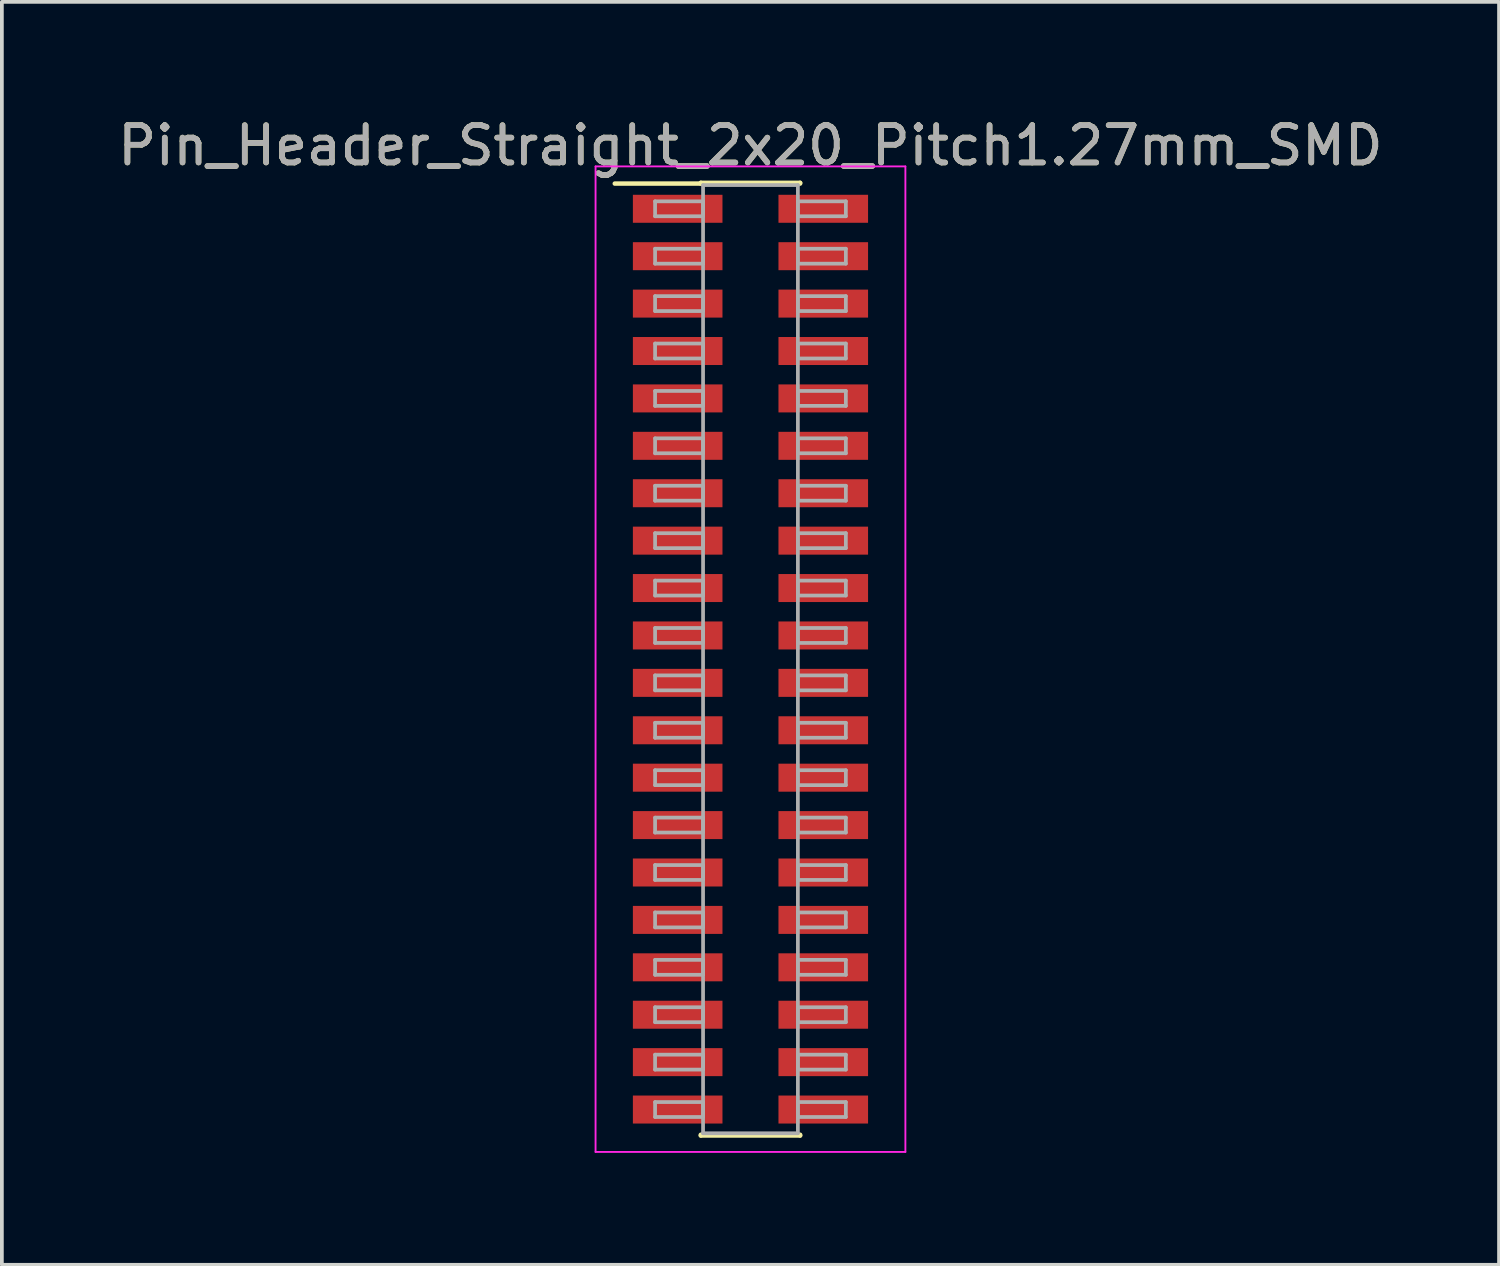
<source format=kicad_pcb>
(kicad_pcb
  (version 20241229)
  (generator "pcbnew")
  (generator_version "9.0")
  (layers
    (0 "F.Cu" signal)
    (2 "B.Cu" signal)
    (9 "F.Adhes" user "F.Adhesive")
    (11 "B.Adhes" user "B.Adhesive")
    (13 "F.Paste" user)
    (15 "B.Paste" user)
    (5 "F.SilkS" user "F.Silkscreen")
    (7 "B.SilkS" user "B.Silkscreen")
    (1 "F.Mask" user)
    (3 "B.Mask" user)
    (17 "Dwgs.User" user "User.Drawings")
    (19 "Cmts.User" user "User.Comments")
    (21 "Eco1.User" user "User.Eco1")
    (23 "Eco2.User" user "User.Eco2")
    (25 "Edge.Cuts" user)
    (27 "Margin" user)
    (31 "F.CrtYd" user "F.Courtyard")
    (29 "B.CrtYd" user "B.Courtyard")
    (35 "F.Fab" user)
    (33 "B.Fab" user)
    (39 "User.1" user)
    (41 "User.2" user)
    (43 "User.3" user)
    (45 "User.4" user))
  (footprint "Pin_Header_Straight_2x20_Pitch1.27mm_SMD"
    (layer "F.Cu")
    (at 17.054 14.608)
    (property "Reference" "Pin_Header_Straight_2x20_Pitch1.27mm_SMD" (at 0 -13.76 0) (layer "F.SilkS") (effects (font (size 1 1) (thickness 0.15))))
    (attr smd)
    (fp_line (start -3.635 -12.74) (end -1.33 -12.74) (stroke (width 0.12) (type solid)) (layer "F.SilkS"))
    (fp_line (start -1.33 -12.76) (end 1.33 -12.76) (stroke (width 0.12) (type solid)) (layer "F.SilkS"))
    (fp_line (start -1.33 -12.74) (end -1.33 -12.76) (stroke (width 0.12) (type solid)) (layer "F.SilkS"))
    (fp_line (start -1.33 12.74) (end -1.33 12.76) (stroke (width 0.12) (type solid)) (layer "F.SilkS"))
    (fp_line (start -1.33 12.76) (end 1.33 12.76) (stroke (width 0.12) (type solid)) (layer "F.SilkS"))
    (fp_line (start 1.33 -12.76) (end 1.33 -12.74) (stroke (width 0.12) (type solid)) (layer "F.SilkS"))
    (fp_line (start 1.33 12.76) (end 1.33 12.74) (stroke (width 0.12) (type solid)) (layer "F.SilkS"))
    (fp_line (start -4.15 -13.2) (end -4.15 13.2) (stroke (width 0.05) (type solid)) (layer "F.CrtYd"))
    (fp_line (start -4.15 13.2) (end 4.15 13.2) (stroke (width 0.05) (type solid)) (layer "F.CrtYd"))
    (fp_line (start 4.15 -13.2) (end -4.15 -13.2) (stroke (width 0.05) (type solid)) (layer "F.CrtYd"))
    (fp_line (start 4.15 13.2) (end 4.15 -13.2) (stroke (width 0.05) (type solid)) (layer "F.CrtYd"))
    (fp_line (start -2.555 -12.265) (end -1.27 -12.265) (stroke (width 0.1) (type solid)) (layer "F.Fab"))
    (fp_line (start -2.555 -11.865) (end -2.555 -12.265) (stroke (width 0.1) (type solid)) (layer "F.Fab"))
    (fp_line (start -2.555 -10.995) (end -1.27 -10.995) (stroke (width 0.1) (type solid)) (layer "F.Fab"))
    (fp_line (start -2.555 -10.595) (end -2.555 -10.995) (stroke (width 0.1) (type solid)) (layer "F.Fab"))
    (fp_line (start -2.555 -9.725) (end -1.27 -9.725) (stroke (width 0.1) (type solid)) (layer "F.Fab"))
    (fp_line (start -2.555 -9.325) (end -2.555 -9.725) (stroke (width 0.1) (type solid)) (layer "F.Fab"))
    (fp_line (start -2.555 -8.455) (end -1.27 -8.455) (stroke (width 0.1) (type solid)) (layer "F.Fab"))
    (fp_line (start -2.555 -8.055) (end -2.555 -8.455) (stroke (width 0.1) (type solid)) (layer "F.Fab"))
    (fp_line (start -2.555 -7.185) (end -1.27 -7.185) (stroke (width 0.1) (type solid)) (layer "F.Fab"))
    (fp_line (start -2.555 -6.785) (end -2.555 -7.185) (stroke (width 0.1) (type solid)) (layer "F.Fab"))
    (fp_line (start -2.555 -5.915) (end -1.27 -5.915) (stroke (width 0.1) (type solid)) (layer "F.Fab"))
    (fp_line (start -2.555 -5.515) (end -2.555 -5.915) (stroke (width 0.1) (type solid)) (layer "F.Fab"))
    (fp_line (start -2.555 -4.645) (end -1.27 -4.645) (stroke (width 0.1) (type solid)) (layer "F.Fab"))
    (fp_line (start -2.555 -4.245) (end -2.555 -4.645) (stroke (width 0.1) (type solid)) (layer "F.Fab"))
    (fp_line (start -2.555 -3.375) (end -1.27 -3.375) (stroke (width 0.1) (type solid)) (layer "F.Fab"))
    (fp_line (start -2.555 -2.975) (end -2.555 -3.375) (stroke (width 0.1) (type solid)) (layer "F.Fab"))
    (fp_line (start -2.555 -2.105) (end -1.27 -2.105) (stroke (width 0.1) (type solid)) (layer "F.Fab"))
    (fp_line (start -2.555 -1.705) (end -2.555 -2.105) (stroke (width 0.1) (type solid)) (layer "F.Fab"))
    (fp_line (start -2.555 -0.835) (end -1.27 -0.835) (stroke (width 0.1) (type solid)) (layer "F.Fab"))
    (fp_line (start -2.555 -0.435) (end -2.555 -0.835) (stroke (width 0.1) (type solid)) (layer "F.Fab"))
    (fp_line (start -2.555 0.435) (end -1.27 0.435) (stroke (width 0.1) (type solid)) (layer "F.Fab"))
    (fp_line (start -2.555 0.835) (end -2.555 0.435) (stroke (width 0.1) (type solid)) (layer "F.Fab"))
    (fp_line (start -2.555 1.705) (end -1.27 1.705) (stroke (width 0.1) (type solid)) (layer "F.Fab"))
    (fp_line (start -2.555 2.105) (end -2.555 1.705) (stroke (width 0.1) (type solid)) (layer "F.Fab"))
    (fp_line (start -2.555 2.975) (end -1.27 2.975) (stroke (width 0.1) (type solid)) (layer "F.Fab"))
    (fp_line (start -2.555 3.375) (end -2.555 2.975) (stroke (width 0.1) (type solid)) (layer "F.Fab"))
    (fp_line (start -2.555 4.245) (end -1.27 4.245) (stroke (width 0.1) (type solid)) (layer "F.Fab"))
    (fp_line (start -2.555 4.645) (end -2.555 4.245) (stroke (width 0.1) (type solid)) (layer "F.Fab"))
    (fp_line (start -2.555 5.515) (end -1.27 5.515) (stroke (width 0.1) (type solid)) (layer "F.Fab"))
    (fp_line (start -2.555 5.915) (end -2.555 5.515) (stroke (width 0.1) (type solid)) (layer "F.Fab"))
    (fp_line (start -2.555 6.785) (end -1.27 6.785) (stroke (width 0.1) (type solid)) (layer "F.Fab"))
    (fp_line (start -2.555 7.185) (end -2.555 6.785) (stroke (width 0.1) (type solid)) (layer "F.Fab"))
    (fp_line (start -2.555 8.055) (end -1.27 8.055) (stroke (width 0.1) (type solid)) (layer "F.Fab"))
    (fp_line (start -2.555 8.455) (end -2.555 8.055) (stroke (width 0.1) (type solid)) (layer "F.Fab"))
    (fp_line (start -2.555 9.325) (end -1.27 9.325) (stroke (width 0.1) (type solid)) (layer "F.Fab"))
    (fp_line (start -2.555 9.725) (end -2.555 9.325) (stroke (width 0.1) (type solid)) (layer "F.Fab"))
    (fp_line (start -2.555 10.595) (end -1.27 10.595) (stroke (width 0.1) (type solid)) (layer "F.Fab"))
    (fp_line (start -2.555 10.995) (end -2.555 10.595) (stroke (width 0.1) (type solid)) (layer "F.Fab"))
    (fp_line (start -2.555 11.865) (end -1.27 11.865) (stroke (width 0.1) (type solid)) (layer "F.Fab"))
    (fp_line (start -2.555 12.265) (end -2.555 11.865) (stroke (width 0.1) (type solid)) (layer "F.Fab"))
    (fp_line (start -1.27 -12.7) (end -1.27 12.7) (stroke (width 0.1) (type solid)) (layer "F.Fab"))
    (fp_line (start -1.27 -12.265) (end -1.27 -11.865) (stroke (width 0.1) (type solid)) (layer "F.Fab"))
    (fp_line (start -1.27 -11.865) (end -2.555 -11.865) (stroke (width 0.1) (type solid)) (layer "F.Fab"))
    (fp_line (start -1.27 -10.995) (end -1.27 -10.595) (stroke (width 0.1) (type solid)) (layer "F.Fab"))
    (fp_line (start -1.27 -10.595) (end -2.555 -10.595) (stroke (width 0.1) (type solid)) (layer "F.Fab"))
    (fp_line (start -1.27 -9.725) (end -1.27 -9.325) (stroke (width 0.1) (type solid)) (layer "F.Fab"))
    (fp_line (start -1.27 -9.325) (end -2.555 -9.325) (stroke (width 0.1) (type solid)) (layer "F.Fab"))
    (fp_line (start -1.27 -8.455) (end -1.27 -8.055) (stroke (width 0.1) (type solid)) (layer "F.Fab"))
    (fp_line (start -1.27 -8.055) (end -2.555 -8.055) (stroke (width 0.1) (type solid)) (layer "F.Fab"))
    (fp_line (start -1.27 -7.185) (end -1.27 -6.785) (stroke (width 0.1) (type solid)) (layer "F.Fab"))
    (fp_line (start -1.27 -6.785) (end -2.555 -6.785) (stroke (width 0.1) (type solid)) (layer "F.Fab"))
    (fp_line (start -1.27 -5.915) (end -1.27 -5.515) (stroke (width 0.1) (type solid)) (layer "F.Fab"))
    (fp_line (start -1.27 -5.515) (end -2.555 -5.515) (stroke (width 0.1) (type solid)) (layer "F.Fab"))
    (fp_line (start -1.27 -4.645) (end -1.27 -4.245) (stroke (width 0.1) (type solid)) (layer "F.Fab"))
    (fp_line (start -1.27 -4.245) (end -2.555 -4.245) (stroke (width 0.1) (type solid)) (layer "F.Fab"))
    (fp_line (start -1.27 -3.375) (end -1.27 -2.975) (stroke (width 0.1) (type solid)) (layer "F.Fab"))
    (fp_line (start -1.27 -2.975) (end -2.555 -2.975) (stroke (width 0.1) (type solid)) (layer "F.Fab"))
    (fp_line (start -1.27 -2.105) (end -1.27 -1.705) (stroke (width 0.1) (type solid)) (layer "F.Fab"))
    (fp_line (start -1.27 -1.705) (end -2.555 -1.705) (stroke (width 0.1) (type solid)) (layer "F.Fab"))
    (fp_line (start -1.27 -0.835) (end -1.27 -0.435) (stroke (width 0.1) (type solid)) (layer "F.Fab"))
    (fp_line (start -1.27 -0.435) (end -2.555 -0.435) (stroke (width 0.1) (type solid)) (layer "F.Fab"))
    (fp_line (start -1.27 0.435) (end -1.27 0.835) (stroke (width 0.1) (type solid)) (layer "F.Fab"))
    (fp_line (start -1.27 0.835) (end -2.555 0.835) (stroke (width 0.1) (type solid)) (layer "F.Fab"))
    (fp_line (start -1.27 1.705) (end -1.27 2.105) (stroke (width 0.1) (type solid)) (layer "F.Fab"))
    (fp_line (start -1.27 2.105) (end -2.555 2.105) (stroke (width 0.1) (type solid)) (layer "F.Fab"))
    (fp_line (start -1.27 2.975) (end -1.27 3.375) (stroke (width 0.1) (type solid)) (layer "F.Fab"))
    (fp_line (start -1.27 3.375) (end -2.555 3.375) (stroke (width 0.1) (type solid)) (layer "F.Fab"))
    (fp_line (start -1.27 4.245) (end -1.27 4.645) (stroke (width 0.1) (type solid)) (layer "F.Fab"))
    (fp_line (start -1.27 4.645) (end -2.555 4.645) (stroke (width 0.1) (type solid)) (layer "F.Fab"))
    (fp_line (start -1.27 5.515) (end -1.27 5.915) (stroke (width 0.1) (type solid)) (layer "F.Fab"))
    (fp_line (start -1.27 5.915) (end -2.555 5.915) (stroke (width 0.1) (type solid)) (layer "F.Fab"))
    (fp_line (start -1.27 6.785) (end -1.27 7.185) (stroke (width 0.1) (type solid)) (layer "F.Fab"))
    (fp_line (start -1.27 7.185) (end -2.555 7.185) (stroke (width 0.1) (type solid)) (layer "F.Fab"))
    (fp_line (start -1.27 8.055) (end -1.27 8.455) (stroke (width 0.1) (type solid)) (layer "F.Fab"))
    (fp_line (start -1.27 8.455) (end -2.555 8.455) (stroke (width 0.1) (type solid)) (layer "F.Fab"))
    (fp_line (start -1.27 9.325) (end -1.27 9.725) (stroke (width 0.1) (type solid)) (layer "F.Fab"))
    (fp_line (start -1.27 9.725) (end -2.555 9.725) (stroke (width 0.1) (type solid)) (layer "F.Fab"))
    (fp_line (start -1.27 10.595) (end -1.27 10.995) (stroke (width 0.1) (type solid)) (layer "F.Fab"))
    (fp_line (start -1.27 10.995) (end -2.555 10.995) (stroke (width 0.1) (type solid)) (layer "F.Fab"))
    (fp_line (start -1.27 11.865) (end -1.27 12.265) (stroke (width 0.1) (type solid)) (layer "F.Fab"))
    (fp_line (start -1.27 12.265) (end -2.555 12.265) (stroke (width 0.1) (type solid)) (layer "F.Fab"))
    (fp_line (start -1.27 12.7) (end 1.27 12.7) (stroke (width 0.1) (type solid)) (layer "F.Fab"))
    (fp_line (start 1.27 -12.7) (end -1.27 -12.7) (stroke (width 0.1) (type solid)) (layer "F.Fab"))
    (fp_line (start 1.27 -12.265) (end 1.27 -11.865) (stroke (width 0.1) (type solid)) (layer "F.Fab"))
    (fp_line (start 1.27 -11.865) (end 2.555 -11.865) (stroke (width 0.1) (type solid)) (layer "F.Fab"))
    (fp_line (start 1.27 -10.995) (end 1.27 -10.595) (stroke (width 0.1) (type solid)) (layer "F.Fab"))
    (fp_line (start 1.27 -10.595) (end 2.555 -10.595) (stroke (width 0.1) (type solid)) (layer "F.Fab"))
    (fp_line (start 1.27 -9.725) (end 1.27 -9.325) (stroke (width 0.1) (type solid)) (layer "F.Fab"))
    (fp_line (start 1.27 -9.325) (end 2.555 -9.325) (stroke (width 0.1) (type solid)) (layer "F.Fab"))
    (fp_line (start 1.27 -8.455) (end 1.27 -8.055) (stroke (width 0.1) (type solid)) (layer "F.Fab"))
    (fp_line (start 1.27 -8.055) (end 2.555 -8.055) (stroke (width 0.1) (type solid)) (layer "F.Fab"))
    (fp_line (start 1.27 -7.185) (end 1.27 -6.785) (stroke (width 0.1) (type solid)) (layer "F.Fab"))
    (fp_line (start 1.27 -6.785) (end 2.555 -6.785) (stroke (width 0.1) (type solid)) (layer "F.Fab"))
    (fp_line (start 1.27 -5.915) (end 1.27 -5.515) (stroke (width 0.1) (type solid)) (layer "F.Fab"))
    (fp_line (start 1.27 -5.515) (end 2.555 -5.515) (stroke (width 0.1) (type solid)) (layer "F.Fab"))
    (fp_line (start 1.27 -4.645) (end 1.27 -4.245) (stroke (width 0.1) (type solid)) (layer "F.Fab"))
    (fp_line (start 1.27 -4.245) (end 2.555 -4.245) (stroke (width 0.1) (type solid)) (layer "F.Fab"))
    (fp_line (start 1.27 -3.375) (end 1.27 -2.975) (stroke (width 0.1) (type solid)) (layer "F.Fab"))
    (fp_line (start 1.27 -2.975) (end 2.555 -2.975) (stroke (width 0.1) (type solid)) (layer "F.Fab"))
    (fp_line (start 1.27 -2.105) (end 1.27 -1.705) (stroke (width 0.1) (type solid)) (layer "F.Fab"))
    (fp_line (start 1.27 -1.705) (end 2.555 -1.705) (stroke (width 0.1) (type solid)) (layer "F.Fab"))
    (fp_line (start 1.27 -0.835) (end 1.27 -0.435) (stroke (width 0.1) (type solid)) (layer "F.Fab"))
    (fp_line (start 1.27 -0.435) (end 2.555 -0.435) (stroke (width 0.1) (type solid)) (layer "F.Fab"))
    (fp_line (start 1.27 0.435) (end 1.27 0.835) (stroke (width 0.1) (type solid)) (layer "F.Fab"))
    (fp_line (start 1.27 0.835) (end 2.555 0.835) (stroke (width 0.1) (type solid)) (layer "F.Fab"))
    (fp_line (start 1.27 1.705) (end 1.27 2.105) (stroke (width 0.1) (type solid)) (layer "F.Fab"))
    (fp_line (start 1.27 2.105) (end 2.555 2.105) (stroke (width 0.1) (type solid)) (layer "F.Fab"))
    (fp_line (start 1.27 2.975) (end 1.27 3.375) (stroke (width 0.1) (type solid)) (layer "F.Fab"))
    (fp_line (start 1.27 3.375) (end 2.555 3.375) (stroke (width 0.1) (type solid)) (layer "F.Fab"))
    (fp_line (start 1.27 4.245) (end 1.27 4.645) (stroke (width 0.1) (type solid)) (layer "F.Fab"))
    (fp_line (start 1.27 4.645) (end 2.555 4.645) (stroke (width 0.1) (type solid)) (layer "F.Fab"))
    (fp_line (start 1.27 5.515) (end 1.27 5.915) (stroke (width 0.1) (type solid)) (layer "F.Fab"))
    (fp_line (start 1.27 5.915) (end 2.555 5.915) (stroke (width 0.1) (type solid)) (layer "F.Fab"))
    (fp_line (start 1.27 6.785) (end 1.27 7.185) (stroke (width 0.1) (type solid)) (layer "F.Fab"))
    (fp_line (start 1.27 7.185) (end 2.555 7.185) (stroke (width 0.1) (type solid)) (layer "F.Fab"))
    (fp_line (start 1.27 8.055) (end 1.27 8.455) (stroke (width 0.1) (type solid)) (layer "F.Fab"))
    (fp_line (start 1.27 8.455) (end 2.555 8.455) (stroke (width 0.1) (type solid)) (layer "F.Fab"))
    (fp_line (start 1.27 9.325) (end 1.27 9.725) (stroke (width 0.1) (type solid)) (layer "F.Fab"))
    (fp_line (start 1.27 9.725) (end 2.555 9.725) (stroke (width 0.1) (type solid)) (layer "F.Fab"))
    (fp_line (start 1.27 10.595) (end 1.27 10.995) (stroke (width 0.1) (type solid)) (layer "F.Fab"))
    (fp_line (start 1.27 10.995) (end 2.555 10.995) (stroke (width 0.1) (type solid)) (layer "F.Fab"))
    (fp_line (start 1.27 11.865) (end 1.27 12.265) (stroke (width 0.1) (type solid)) (layer "F.Fab"))
    (fp_line (start 1.27 12.265) (end 2.555 12.265) (stroke (width 0.1) (type solid)) (layer "F.Fab"))
    (fp_line (start 1.27 12.7) (end 1.27 -12.7) (stroke (width 0.1) (type solid)) (layer "F.Fab"))
    (fp_line (start 2.555 -12.265) (end 1.27 -12.265) (stroke (width 0.1) (type solid)) (layer "F.Fab"))
    (fp_line (start 2.555 -11.865) (end 2.555 -12.265) (stroke (width 0.1) (type solid)) (layer "F.Fab"))
    (fp_line (start 2.555 -10.995) (end 1.27 -10.995) (stroke (width 0.1) (type solid)) (layer "F.Fab"))
    (fp_line (start 2.555 -10.595) (end 2.555 -10.995) (stroke (width 0.1) (type solid)) (layer "F.Fab"))
    (fp_line (start 2.555 -9.725) (end 1.27 -9.725) (stroke (width 0.1) (type solid)) (layer "F.Fab"))
    (fp_line (start 2.555 -9.325) (end 2.555 -9.725) (stroke (width 0.1) (type solid)) (layer "F.Fab"))
    (fp_line (start 2.555 -8.455) (end 1.27 -8.455) (stroke (width 0.1) (type solid)) (layer "F.Fab"))
    (fp_line (start 2.555 -8.055) (end 2.555 -8.455) (stroke (width 0.1) (type solid)) (layer "F.Fab"))
    (fp_line (start 2.555 -7.185) (end 1.27 -7.185) (stroke (width 0.1) (type solid)) (layer "F.Fab"))
    (fp_line (start 2.555 -6.785) (end 2.555 -7.185) (stroke (width 0.1) (type solid)) (layer "F.Fab"))
    (fp_line (start 2.555 -5.915) (end 1.27 -5.915) (stroke (width 0.1) (type solid)) (layer "F.Fab"))
    (fp_line (start 2.555 -5.515) (end 2.555 -5.915) (stroke (width 0.1) (type solid)) (layer "F.Fab"))
    (fp_line (start 2.555 -4.645) (end 1.27 -4.645) (stroke (width 0.1) (type solid)) (layer "F.Fab"))
    (fp_line (start 2.555 -4.245) (end 2.555 -4.645) (stroke (width 0.1) (type solid)) (layer "F.Fab"))
    (fp_line (start 2.555 -3.375) (end 1.27 -3.375) (stroke (width 0.1) (type solid)) (layer "F.Fab"))
    (fp_line (start 2.555 -2.975) (end 2.555 -3.375) (stroke (width 0.1) (type solid)) (layer "F.Fab"))
    (fp_line (start 2.555 -2.105) (end 1.27 -2.105) (stroke (width 0.1) (type solid)) (layer "F.Fab"))
    (fp_line (start 2.555 -1.705) (end 2.555 -2.105) (stroke (width 0.1) (type solid)) (layer "F.Fab"))
    (fp_line (start 2.555 -0.835) (end 1.27 -0.835) (stroke (width 0.1) (type solid)) (layer "F.Fab"))
    (fp_line (start 2.555 -0.435) (end 2.555 -0.835) (stroke (width 0.1) (type solid)) (layer "F.Fab"))
    (fp_line (start 2.555 0.435) (end 1.27 0.435) (stroke (width 0.1) (type solid)) (layer "F.Fab"))
    (fp_line (start 2.555 0.835) (end 2.555 0.435) (stroke (width 0.1) (type solid)) (layer "F.Fab"))
    (fp_line (start 2.555 1.705) (end 1.27 1.705) (stroke (width 0.1) (type solid)) (layer "F.Fab"))
    (fp_line (start 2.555 2.105) (end 2.555 1.705) (stroke (width 0.1) (type solid)) (layer "F.Fab"))
    (fp_line (start 2.555 2.975) (end 1.27 2.975) (stroke (width 0.1) (type solid)) (layer "F.Fab"))
    (fp_line (start 2.555 3.375) (end 2.555 2.975) (stroke (width 0.1) (type solid)) (layer "F.Fab"))
    (fp_line (start 2.555 4.245) (end 1.27 4.245) (stroke (width 0.1) (type solid)) (layer "F.Fab"))
    (fp_line (start 2.555 4.645) (end 2.555 4.245) (stroke (width 0.1) (type solid)) (layer "F.Fab"))
    (fp_line (start 2.555 5.515) (end 1.27 5.515) (stroke (width 0.1) (type solid)) (layer "F.Fab"))
    (fp_line (start 2.555 5.915) (end 2.555 5.515) (stroke (width 0.1) (type solid)) (layer "F.Fab"))
    (fp_line (start 2.555 6.785) (end 1.27 6.785) (stroke (width 0.1) (type solid)) (layer "F.Fab"))
    (fp_line (start 2.555 7.185) (end 2.555 6.785) (stroke (width 0.1) (type solid)) (layer "F.Fab"))
    (fp_line (start 2.555 8.055) (end 1.27 8.055) (stroke (width 0.1) (type solid)) (layer "F.Fab"))
    (fp_line (start 2.555 8.455) (end 2.555 8.055) (stroke (width 0.1) (type solid)) (layer "F.Fab"))
    (fp_line (start 2.555 9.325) (end 1.27 9.325) (stroke (width 0.1) (type solid)) (layer "F.Fab"))
    (fp_line (start 2.555 9.725) (end 2.555 9.325) (stroke (width 0.1) (type solid)) (layer "F.Fab"))
    (fp_line (start 2.555 10.595) (end 1.27 10.595) (stroke (width 0.1) (type solid)) (layer "F.Fab"))
    (fp_line (start 2.555 10.995) (end 2.555 10.595) (stroke (width 0.1) (type solid)) (layer "F.Fab"))
    (fp_line (start 2.555 11.865) (end 1.27 11.865) (stroke (width 0.1) (type solid)) (layer "F.Fab"))
    (fp_line (start 2.555 12.265) (end 2.555 11.865) (stroke (width 0.1) (type solid)) (layer "F.Fab"))
    (fp_text user "${REFERENCE}" (at 0 -13.76 0) (layer "F.Fab") (effects (font (size 1 1) (thickness 0.15))))
    (pad "1" smd rect (at -1.95 -12.065) (size 2.4 0.75) (layers "F.Cu" "F.Mask" "F.Paste"))
    (pad "2" smd rect (at 1.95 -12.065) (size 2.4 0.75) (layers "F.Cu" "F.Mask" "F.Paste"))
    (pad "3" smd rect (at -1.95 -10.795) (size 2.4 0.75) (layers "F.Cu" "F.Mask" "F.Paste"))
    (pad "4" smd rect (at 1.95 -10.795) (size 2.4 0.75) (layers "F.Cu" "F.Mask" "F.Paste"))
    (pad "5" smd rect (at -1.95 -9.525) (size 2.4 0.75) (layers "F.Cu" "F.Mask" "F.Paste"))
    (pad "6" smd rect (at 1.95 -9.525) (size 2.4 0.75) (layers "F.Cu" "F.Mask" "F.Paste"))
    (pad "7" smd rect (at -1.95 -8.255) (size 2.4 0.75) (layers "F.Cu" "F.Mask" "F.Paste"))
    (pad "8" smd rect (at 1.95 -8.255) (size 2.4 0.75) (layers "F.Cu" "F.Mask" "F.Paste"))
    (pad "9" smd rect (at -1.95 -6.985) (size 2.4 0.75) (layers "F.Cu" "F.Mask" "F.Paste"))
    (pad "10" smd rect (at 1.95 -6.985) (size 2.4 0.75) (layers "F.Cu" "F.Mask" "F.Paste"))
    (pad "11" smd rect (at -1.95 -5.715) (size 2.4 0.75) (layers "F.Cu" "F.Mask" "F.Paste"))
    (pad "12" smd rect (at 1.95 -5.715) (size 2.4 0.75) (layers "F.Cu" "F.Mask" "F.Paste"))
    (pad "13" smd rect (at -1.95 -4.445) (size 2.4 0.75) (layers "F.Cu" "F.Mask" "F.Paste"))
    (pad "14" smd rect (at 1.95 -4.445) (size 2.4 0.75) (layers "F.Cu" "F.Mask" "F.Paste"))
    (pad "15" smd rect (at -1.95 -3.175) (size 2.4 0.75) (layers "F.Cu" "F.Mask" "F.Paste"))
    (pad "16" smd rect (at 1.95 -3.175) (size 2.4 0.75) (layers "F.Cu" "F.Mask" "F.Paste"))
    (pad "17" smd rect (at -1.95 -1.905) (size 2.4 0.75) (layers "F.Cu" "F.Mask" "F.Paste"))
    (pad "18" smd rect (at 1.95 -1.905) (size 2.4 0.75) (layers "F.Cu" "F.Mask" "F.Paste"))
    (pad "19" smd rect (at -1.95 -0.635) (size 2.4 0.75) (layers "F.Cu" "F.Mask" "F.Paste"))
    (pad "20" smd rect (at 1.95 -0.635) (size 2.4 0.75) (layers "F.Cu" "F.Mask" "F.Paste"))
    (pad "21" smd rect (at -1.95 0.635) (size 2.4 0.75) (layers "F.Cu" "F.Mask" "F.Paste"))
    (pad "22" smd rect (at 1.95 0.635) (size 2.4 0.75) (layers "F.Cu" "F.Mask" "F.Paste"))
    (pad "23" smd rect (at -1.95 1.905) (size 2.4 0.75) (layers "F.Cu" "F.Mask" "F.Paste"))
    (pad "24" smd rect (at 1.95 1.905) (size 2.4 0.75) (layers "F.Cu" "F.Mask" "F.Paste"))
    (pad "25" smd rect (at -1.95 3.175) (size 2.4 0.75) (layers "F.Cu" "F.Mask" "F.Paste"))
    (pad "26" smd rect (at 1.95 3.175) (size 2.4 0.75) (layers "F.Cu" "F.Mask" "F.Paste"))
    (pad "27" smd rect (at -1.95 4.445) (size 2.4 0.75) (layers "F.Cu" "F.Mask" "F.Paste"))
    (pad "28" smd rect (at 1.95 4.445) (size 2.4 0.75) (layers "F.Cu" "F.Mask" "F.Paste"))
    (pad "29" smd rect (at -1.95 5.715) (size 2.4 0.75) (layers "F.Cu" "F.Mask" "F.Paste"))
    (pad "30" smd rect (at 1.95 5.715) (size 2.4 0.75) (layers "F.Cu" "F.Mask" "F.Paste"))
    (pad "31" smd rect (at -1.95 6.985) (size 2.4 0.75) (layers "F.Cu" "F.Mask" "F.Paste"))
    (pad "32" smd rect (at 1.95 6.985) (size 2.4 0.75) (layers "F.Cu" "F.Mask" "F.Paste"))
    (pad "33" smd rect (at -1.95 8.255) (size 2.4 0.75) (layers "F.Cu" "F.Mask" "F.Paste"))
    (pad "34" smd rect (at 1.95 8.255) (size 2.4 0.75) (layers "F.Cu" "F.Mask" "F.Paste"))
    (pad "35" smd rect (at -1.95 9.525) (size 2.4 0.75) (layers "F.Cu" "F.Mask" "F.Paste"))
    (pad "36" smd rect (at 1.95 9.525) (size 2.4 0.75) (layers "F.Cu" "F.Mask" "F.Paste"))
    (pad "37" smd rect (at -1.95 10.795) (size 2.4 0.75) (layers "F.Cu" "F.Mask" "F.Paste"))
    (pad "38" smd rect (at 1.95 10.795) (size 2.4 0.75) (layers "F.Cu" "F.Mask" "F.Paste"))
    (pad "39" smd rect (at -1.95 12.065) (size 2.4 0.75) (layers "F.Cu" "F.Mask" "F.Paste"))
    (pad "40" smd rect (at 1.95 12.065) (size 2.4 0.75) (layers "F.Cu" "F.Mask" "F.Paste")))
  (gr_rect
    (start -3 -3)
    (end 37.107 30.833)
    (stroke (width 0.1) (type default))
    (fill no)
    (layer "Edge.Cuts")))
</source>
